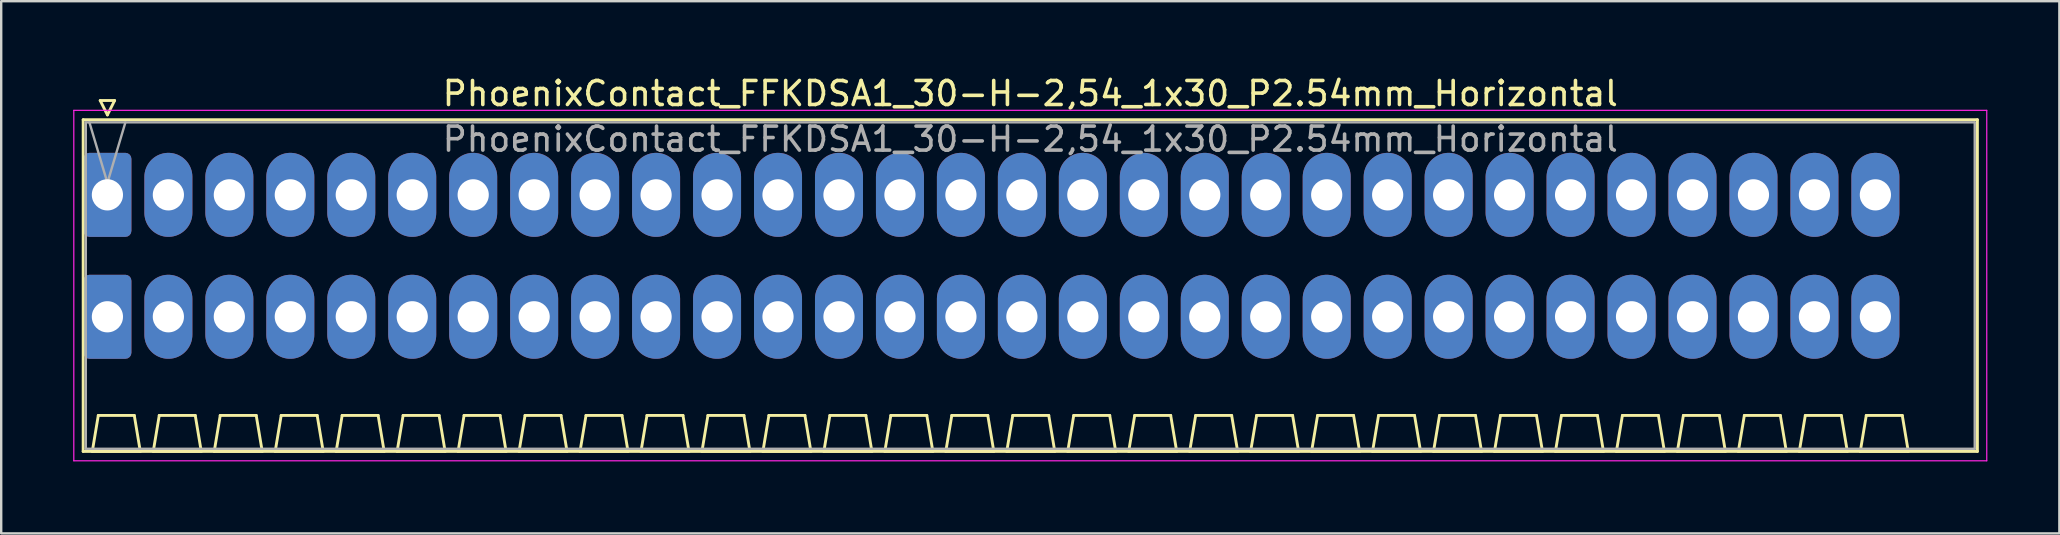
<source format=kicad_pcb>
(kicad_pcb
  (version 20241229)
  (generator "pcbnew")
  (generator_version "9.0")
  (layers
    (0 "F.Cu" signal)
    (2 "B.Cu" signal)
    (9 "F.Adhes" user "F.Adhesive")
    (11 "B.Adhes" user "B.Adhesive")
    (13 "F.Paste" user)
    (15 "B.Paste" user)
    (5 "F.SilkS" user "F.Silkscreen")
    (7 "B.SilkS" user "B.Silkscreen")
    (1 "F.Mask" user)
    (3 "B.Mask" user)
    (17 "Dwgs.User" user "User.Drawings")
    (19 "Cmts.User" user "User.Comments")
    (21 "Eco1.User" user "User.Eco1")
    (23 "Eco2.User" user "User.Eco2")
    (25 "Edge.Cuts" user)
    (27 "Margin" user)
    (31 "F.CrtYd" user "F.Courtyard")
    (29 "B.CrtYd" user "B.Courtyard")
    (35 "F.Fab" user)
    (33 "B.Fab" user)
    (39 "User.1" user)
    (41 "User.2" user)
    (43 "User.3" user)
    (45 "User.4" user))
  (footprint "PhoenixContact_FFKDSA1_30-H-2,54_1x30_P2.54mm_Horizontal"
    (layer "F.Cu")
    (at 1.425 5.068)
    (property "Reference" "PhoenixContact_FFKDSA1_30-H-2,54_1x30_P2.54mm_Horizontal" (at 38.45 -4.22 0) (layer "F.SilkS") (effects (font (size 1 1) (thickness 0.15))))
    (attr through_hole)
    (fp_line (start -1.01 -3.13) (end -1.01 10.69) (stroke (width 0.12) (type solid)) (layer "F.SilkS"))
    (fp_line (start -1.01 10.69) (end 77.91 10.69) (stroke (width 0.12) (type solid)) (layer "F.SilkS"))
    (fp_line (start -0.63 10.69) (end 1.37 10.69) (stroke (width 0.12) (type solid)) (layer "F.SilkS"))
    (fp_line (start -0.38 9.19) (end -0.63 10.69) (stroke (width 0.12) (type solid)) (layer "F.SilkS"))
    (fp_line (start -0.3 -3.93) (end 0.3 -3.93) (stroke (width 0.12) (type solid)) (layer "F.SilkS"))
    (fp_line (start 0 -3.33) (end -0.3 -3.93) (stroke (width 0.12) (type solid)) (layer "F.SilkS"))
    (fp_line (start 0.3 -3.93) (end 0 -3.33) (stroke (width 0.12) (type solid)) (layer "F.SilkS"))
    (fp_line (start 1.12 9.19) (end -0.38 9.19) (stroke (width 0.12) (type solid)) (layer "F.SilkS"))
    (fp_line (start 1.37 10.69) (end 1.12 9.19) (stroke (width 0.12) (type solid)) (layer "F.SilkS"))
    (fp_line (start 1.91 10.69) (end 3.91 10.69) (stroke (width 0.12) (type solid)) (layer "F.SilkS"))
    (fp_line (start 2.16 9.19) (end 1.91 10.69) (stroke (width 0.12) (type solid)) (layer "F.SilkS"))
    (fp_line (start 3.66 9.19) (end 2.16 9.19) (stroke (width 0.12) (type solid)) (layer "F.SilkS"))
    (fp_line (start 3.91 10.69) (end 3.66 9.19) (stroke (width 0.12) (type solid)) (layer "F.SilkS"))
    (fp_line (start 4.45 10.69) (end 6.45 10.69) (stroke (width 0.12) (type solid)) (layer "F.SilkS"))
    (fp_line (start 4.7 9.19) (end 4.45 10.69) (stroke (width 0.12) (type solid)) (layer "F.SilkS"))
    (fp_line (start 6.2 9.19) (end 4.7 9.19) (stroke (width 0.12) (type solid)) (layer "F.SilkS"))
    (fp_line (start 6.45 10.69) (end 6.2 9.19) (stroke (width 0.12) (type solid)) (layer "F.SilkS"))
    (fp_line (start 6.99 10.69) (end 8.99 10.69) (stroke (width 0.12) (type solid)) (layer "F.SilkS"))
    (fp_line (start 7.24 9.19) (end 6.99 10.69) (stroke (width 0.12) (type solid)) (layer "F.SilkS"))
    (fp_line (start 8.74 9.19) (end 7.24 9.19) (stroke (width 0.12) (type solid)) (layer "F.SilkS"))
    (fp_line (start 8.99 10.69) (end 8.74 9.19) (stroke (width 0.12) (type solid)) (layer "F.SilkS"))
    (fp_line (start 9.53 10.69) (end 11.53 10.69) (stroke (width 0.12) (type solid)) (layer "F.SilkS"))
    (fp_line (start 9.78 9.19) (end 9.53 10.69) (stroke (width 0.12) (type solid)) (layer "F.SilkS"))
    (fp_line (start 11.28 9.19) (end 9.78 9.19) (stroke (width 0.12) (type solid)) (layer "F.SilkS"))
    (fp_line (start 11.53 10.69) (end 11.28 9.19) (stroke (width 0.12) (type solid)) (layer "F.SilkS"))
    (fp_line (start 12.07 10.69) (end 14.07 10.69) (stroke (width 0.12) (type solid)) (layer "F.SilkS"))
    (fp_line (start 12.32 9.19) (end 12.07 10.69) (stroke (width 0.12) (type solid)) (layer "F.SilkS"))
    (fp_line (start 13.82 9.19) (end 12.32 9.19) (stroke (width 0.12) (type solid)) (layer "F.SilkS"))
    (fp_line (start 14.07 10.69) (end 13.82 9.19) (stroke (width 0.12) (type solid)) (layer "F.SilkS"))
    (fp_line (start 14.61 10.69) (end 16.61 10.69) (stroke (width 0.12) (type solid)) (layer "F.SilkS"))
    (fp_line (start 14.86 9.19) (end 14.61 10.69) (stroke (width 0.12) (type solid)) (layer "F.SilkS"))
    (fp_line (start 16.36 9.19) (end 14.86 9.19) (stroke (width 0.12) (type solid)) (layer "F.SilkS"))
    (fp_line (start 16.61 10.69) (end 16.36 9.19) (stroke (width 0.12) (type solid)) (layer "F.SilkS"))
    (fp_line (start 17.15 10.69) (end 19.15 10.69) (stroke (width 0.12) (type solid)) (layer "F.SilkS"))
    (fp_line (start 17.4 9.19) (end 17.15 10.69) (stroke (width 0.12) (type solid)) (layer "F.SilkS"))
    (fp_line (start 18.9 9.19) (end 17.4 9.19) (stroke (width 0.12) (type solid)) (layer "F.SilkS"))
    (fp_line (start 19.15 10.69) (end 18.9 9.19) (stroke (width 0.12) (type solid)) (layer "F.SilkS"))
    (fp_line (start 19.69 10.69) (end 21.69 10.69) (stroke (width 0.12) (type solid)) (layer "F.SilkS"))
    (fp_line (start 19.94 9.19) (end 19.69 10.69) (stroke (width 0.12) (type solid)) (layer "F.SilkS"))
    (fp_line (start 21.44 9.19) (end 19.94 9.19) (stroke (width 0.12) (type solid)) (layer "F.SilkS"))
    (fp_line (start 21.69 10.69) (end 21.44 9.19) (stroke (width 0.12) (type solid)) (layer "F.SilkS"))
    (fp_line (start 22.23 10.69) (end 24.23 10.69) (stroke (width 0.12) (type solid)) (layer "F.SilkS"))
    (fp_line (start 22.48 9.19) (end 22.23 10.69) (stroke (width 0.12) (type solid)) (layer "F.SilkS"))
    (fp_line (start 23.98 9.19) (end 22.48 9.19) (stroke (width 0.12) (type solid)) (layer "F.SilkS"))
    (fp_line (start 24.23 10.69) (end 23.98 9.19) (stroke (width 0.12) (type solid)) (layer "F.SilkS"))
    (fp_line (start 24.77 10.69) (end 26.77 10.69) (stroke (width 0.12) (type solid)) (layer "F.SilkS"))
    (fp_line (start 25.02 9.19) (end 24.77 10.69) (stroke (width 0.12) (type solid)) (layer "F.SilkS"))
    (fp_line (start 26.52 9.19) (end 25.02 9.19) (stroke (width 0.12) (type solid)) (layer "F.SilkS"))
    (fp_line (start 26.77 10.69) (end 26.52 9.19) (stroke (width 0.12) (type solid)) (layer "F.SilkS"))
    (fp_line (start 27.31 10.69) (end 29.31 10.69) (stroke (width 0.12) (type solid)) (layer "F.SilkS"))
    (fp_line (start 27.56 9.19) (end 27.31 10.69) (stroke (width 0.12) (type solid)) (layer "F.SilkS"))
    (fp_line (start 29.06 9.19) (end 27.56 9.19) (stroke (width 0.12) (type solid)) (layer "F.SilkS"))
    (fp_line (start 29.31 10.69) (end 29.06 9.19) (stroke (width 0.12) (type solid)) (layer "F.SilkS"))
    (fp_line (start 29.85 10.69) (end 31.85 10.69) (stroke (width 0.12) (type solid)) (layer "F.SilkS"))
    (fp_line (start 30.1 9.19) (end 29.85 10.69) (stroke (width 0.12) (type solid)) (layer "F.SilkS"))
    (fp_line (start 31.6 9.19) (end 30.1 9.19) (stroke (width 0.12) (type solid)) (layer "F.SilkS"))
    (fp_line (start 31.85 10.69) (end 31.6 9.19) (stroke (width 0.12) (type solid)) (layer "F.SilkS"))
    (fp_line (start 32.39 10.69) (end 34.39 10.69) (stroke (width 0.12) (type solid)) (layer "F.SilkS"))
    (fp_line (start 32.64 9.19) (end 32.39 10.69) (stroke (width 0.12) (type solid)) (layer "F.SilkS"))
    (fp_line (start 34.14 9.19) (end 32.64 9.19) (stroke (width 0.12) (type solid)) (layer "F.SilkS"))
    (fp_line (start 34.39 10.69) (end 34.14 9.19) (stroke (width 0.12) (type solid)) (layer "F.SilkS"))
    (fp_line (start 34.93 10.69) (end 36.93 10.69) (stroke (width 0.12) (type solid)) (layer "F.SilkS"))
    (fp_line (start 35.18 9.19) (end 34.93 10.69) (stroke (width 0.12) (type solid)) (layer "F.SilkS"))
    (fp_line (start 36.68 9.19) (end 35.18 9.19) (stroke (width 0.12) (type solid)) (layer "F.SilkS"))
    (fp_line (start 36.93 10.69) (end 36.68 9.19) (stroke (width 0.12) (type solid)) (layer "F.SilkS"))
    (fp_line (start 37.47 10.69) (end 39.47 10.69) (stroke (width 0.12) (type solid)) (layer "F.SilkS"))
    (fp_line (start 37.72 9.19) (end 37.47 10.69) (stroke (width 0.12) (type solid)) (layer "F.SilkS"))
    (fp_line (start 39.22 9.19) (end 37.72 9.19) (stroke (width 0.12) (type solid)) (layer "F.SilkS"))
    (fp_line (start 39.47 10.69) (end 39.22 9.19) (stroke (width 0.12) (type solid)) (layer "F.SilkS"))
    (fp_line (start 40.01 10.69) (end 42.01 10.69) (stroke (width 0.12) (type solid)) (layer "F.SilkS"))
    (fp_line (start 40.26 9.19) (end 40.01 10.69) (stroke (width 0.12) (type solid)) (layer "F.SilkS"))
    (fp_line (start 41.76 9.19) (end 40.26 9.19) (stroke (width 0.12) (type solid)) (layer "F.SilkS"))
    (fp_line (start 42.01 10.69) (end 41.76 9.19) (stroke (width 0.12) (type solid)) (layer "F.SilkS"))
    (fp_line (start 42.55 10.69) (end 44.55 10.69) (stroke (width 0.12) (type solid)) (layer "F.SilkS"))
    (fp_line (start 42.8 9.19) (end 42.55 10.69) (stroke (width 0.12) (type solid)) (layer "F.SilkS"))
    (fp_line (start 44.3 9.19) (end 42.8 9.19) (stroke (width 0.12) (type solid)) (layer "F.SilkS"))
    (fp_line (start 44.55 10.69) (end 44.3 9.19) (stroke (width 0.12) (type solid)) (layer "F.SilkS"))
    (fp_line (start 45.09 10.69) (end 47.09 10.69) (stroke (width 0.12) (type solid)) (layer "F.SilkS"))
    (fp_line (start 45.34 9.19) (end 45.09 10.69) (stroke (width 0.12) (type solid)) (layer "F.SilkS"))
    (fp_line (start 46.84 9.19) (end 45.34 9.19) (stroke (width 0.12) (type solid)) (layer "F.SilkS"))
    (fp_line (start 47.09 10.69) (end 46.84 9.19) (stroke (width 0.12) (type solid)) (layer "F.SilkS"))
    (fp_line (start 47.63 10.69) (end 49.63 10.69) (stroke (width 0.12) (type solid)) (layer "F.SilkS"))
    (fp_line (start 47.88 9.19) (end 47.63 10.69) (stroke (width 0.12) (type solid)) (layer "F.SilkS"))
    (fp_line (start 49.38 9.19) (end 47.88 9.19) (stroke (width 0.12) (type solid)) (layer "F.SilkS"))
    (fp_line (start 49.63 10.69) (end 49.38 9.19) (stroke (width 0.12) (type solid)) (layer "F.SilkS"))
    (fp_line (start 50.17 10.69) (end 52.17 10.69) (stroke (width 0.12) (type solid)) (layer "F.SilkS"))
    (fp_line (start 50.42 9.19) (end 50.17 10.69) (stroke (width 0.12) (type solid)) (layer "F.SilkS"))
    (fp_line (start 51.92 9.19) (end 50.42 9.19) (stroke (width 0.12) (type solid)) (layer "F.SilkS"))
    (fp_line (start 52.17 10.69) (end 51.92 9.19) (stroke (width 0.12) (type solid)) (layer "F.SilkS"))
    (fp_line (start 52.71 10.69) (end 54.71 10.69) (stroke (width 0.12) (type solid)) (layer "F.SilkS"))
    (fp_line (start 52.96 9.19) (end 52.71 10.69) (stroke (width 0.12) (type solid)) (layer "F.SilkS"))
    (fp_line (start 54.46 9.19) (end 52.96 9.19) (stroke (width 0.12) (type solid)) (layer "F.SilkS"))
    (fp_line (start 54.71 10.69) (end 54.46 9.19) (stroke (width 0.12) (type solid)) (layer "F.SilkS"))
    (fp_line (start 55.25 10.69) (end 57.25 10.69) (stroke (width 0.12) (type solid)) (layer "F.SilkS"))
    (fp_line (start 55.5 9.19) (end 55.25 10.69) (stroke (width 0.12) (type solid)) (layer "F.SilkS"))
    (fp_line (start 57 9.19) (end 55.5 9.19) (stroke (width 0.12) (type solid)) (layer "F.SilkS"))
    (fp_line (start 57.25 10.69) (end 57 9.19) (stroke (width 0.12) (type solid)) (layer "F.SilkS"))
    (fp_line (start 57.79 10.69) (end 59.79 10.69) (stroke (width 0.12) (type solid)) (layer "F.SilkS"))
    (fp_line (start 58.04 9.19) (end 57.79 10.69) (stroke (width 0.12) (type solid)) (layer "F.SilkS"))
    (fp_line (start 59.54 9.19) (end 58.04 9.19) (stroke (width 0.12) (type solid)) (layer "F.SilkS"))
    (fp_line (start 59.79 10.69) (end 59.54 9.19) (stroke (width 0.12) (type solid)) (layer "F.SilkS"))
    (fp_line (start 60.33 10.69) (end 62.33 10.69) (stroke (width 0.12) (type solid)) (layer "F.SilkS"))
    (fp_line (start 60.58 9.19) (end 60.33 10.69) (stroke (width 0.12) (type solid)) (layer "F.SilkS"))
    (fp_line (start 62.08 9.19) (end 60.58 9.19) (stroke (width 0.12) (type solid)) (layer "F.SilkS"))
    (fp_line (start 62.33 10.69) (end 62.08 9.19) (stroke (width 0.12) (type solid)) (layer "F.SilkS"))
    (fp_line (start 62.87 10.69) (end 64.87 10.69) (stroke (width 0.12) (type solid)) (layer "F.SilkS"))
    (fp_line (start 63.12 9.19) (end 62.87 10.69) (stroke (width 0.12) (type solid)) (layer "F.SilkS"))
    (fp_line (start 64.62 9.19) (end 63.12 9.19) (stroke (width 0.12) (type solid)) (layer "F.SilkS"))
    (fp_line (start 64.87 10.69) (end 64.62 9.19) (stroke (width 0.12) (type solid)) (layer "F.SilkS"))
    (fp_line (start 65.41 10.69) (end 67.41 10.69) (stroke (width 0.12) (type solid)) (layer "F.SilkS"))
    (fp_line (start 65.66 9.19) (end 65.41 10.69) (stroke (width 0.12) (type solid)) (layer "F.SilkS"))
    (fp_line (start 67.16 9.19) (end 65.66 9.19) (stroke (width 0.12) (type solid)) (layer "F.SilkS"))
    (fp_line (start 67.41 10.69) (end 67.16 9.19) (stroke (width 0.12) (type solid)) (layer "F.SilkS"))
    (fp_line (start 67.95 10.69) (end 69.95 10.69) (stroke (width 0.12) (type solid)) (layer "F.SilkS"))
    (fp_line (start 68.2 9.19) (end 67.95 10.69) (stroke (width 0.12) (type solid)) (layer "F.SilkS"))
    (fp_line (start 69.7 9.19) (end 68.2 9.19) (stroke (width 0.12) (type solid)) (layer "F.SilkS"))
    (fp_line (start 69.95 10.69) (end 69.7 9.19) (stroke (width 0.12) (type solid)) (layer "F.SilkS"))
    (fp_line (start 70.49 10.69) (end 72.49 10.69) (stroke (width 0.12) (type solid)) (layer "F.SilkS"))
    (fp_line (start 70.74 9.19) (end 70.49 10.69) (stroke (width 0.12) (type solid)) (layer "F.SilkS"))
    (fp_line (start 72.24 9.19) (end 70.74 9.19) (stroke (width 0.12) (type solid)) (layer "F.SilkS"))
    (fp_line (start 72.49 10.69) (end 72.24 9.19) (stroke (width 0.12) (type solid)) (layer "F.SilkS"))
    (fp_line (start 73.03 10.69) (end 75.03 10.69) (stroke (width 0.12) (type solid)) (layer "F.SilkS"))
    (fp_line (start 73.28 9.19) (end 73.03 10.69) (stroke (width 0.12) (type solid)) (layer "F.SilkS"))
    (fp_line (start 74.78 9.19) (end 73.28 9.19) (stroke (width 0.12) (type solid)) (layer "F.SilkS"))
    (fp_line (start 75.03 10.69) (end 74.78 9.19) (stroke (width 0.12) (type solid)) (layer "F.SilkS"))
    (fp_line (start 77.91 -3.13) (end -1.01 -3.13) (stroke (width 0.12) (type solid)) (layer "F.SilkS"))
    (fp_line (start 77.91 10.69) (end 77.91 -3.13) (stroke (width 0.12) (type solid)) (layer "F.SilkS"))
    (fp_line (start -1.4 -3.52) (end -1.4 11.08) (stroke (width 0.05) (type solid)) (layer "F.CrtYd"))
    (fp_line (start -1.4 11.08) (end 78.3 11.08) (stroke (width 0.05) (type solid)) (layer "F.CrtYd"))
    (fp_line (start 78.3 -3.52) (end -1.4 -3.52) (stroke (width 0.05) (type solid)) (layer "F.CrtYd"))
    (fp_line (start 78.3 11.08) (end 78.3 -3.52) (stroke (width 0.05) (type solid)) (layer "F.CrtYd"))
    (fp_line (start -0.9 -3.02) (end -0.9 10.58) (stroke (width 0.1) (type solid)) (layer "F.Fab"))
    (fp_line (start -0.9 10.58) (end 77.8 10.58) (stroke (width 0.1) (type solid)) (layer "F.Fab"))
    (fp_line (start 0 -0.5) (end -0.75 -3.02) (stroke (width 0.1) (type solid)) (layer "F.Fab"))
    (fp_line (start 0.75 -3.02) (end 0 -0.5) (stroke (width 0.1) (type solid)) (layer "F.Fab"))
    (fp_line (start 77.8 -3.02) (end -0.9 -3.02) (stroke (width 0.1) (type solid)) (layer "F.Fab"))
    (fp_line (start 77.8 10.58) (end 77.8 -3.02) (stroke (width 0.1) (type solid)) (layer "F.Fab"))
    (fp_text user "${REFERENCE}" (at 38.45 -2.32 0) (layer "F.Fab") (effects (font (size 1 1) (thickness 0.15))))
    (pad "1" thru_hole roundrect (at 0 0) (size 2 3.5) (drill 1.3) (layers "*.Cu" "*.Mask") (roundrect_rratio 0.125))
    (pad "1" thru_hole roundrect (at 0 5.08) (size 2 3.5) (drill 1.3) (layers "*.Cu" "*.Mask") (roundrect_rratio 0.125))
    (pad "2" thru_hole oval (at 2.54 0) (size 2 3.5) (drill 1.3) (layers "*.Cu" "*.Mask"))
    (pad "2" thru_hole oval (at 2.54 5.08) (size 2 3.5) (drill 1.3) (layers "*.Cu" "*.Mask"))
    (pad "3" thru_hole oval (at 5.08 0) (size 2 3.5) (drill 1.3) (layers "*.Cu" "*.Mask"))
    (pad "3" thru_hole oval (at 5.08 5.08) (size 2 3.5) (drill 1.3) (layers "*.Cu" "*.Mask"))
    (pad "4" thru_hole oval (at 7.62 0) (size 2 3.5) (drill 1.3) (layers "*.Cu" "*.Mask"))
    (pad "4" thru_hole oval (at 7.62 5.08) (size 2 3.5) (drill 1.3) (layers "*.Cu" "*.Mask"))
    (pad "5" thru_hole oval (at 10.16 0) (size 2 3.5) (drill 1.3) (layers "*.Cu" "*.Mask"))
    (pad "5" thru_hole oval (at 10.16 5.08) (size 2 3.5) (drill 1.3) (layers "*.Cu" "*.Mask"))
    (pad "6" thru_hole oval (at 12.7 0) (size 2 3.5) (drill 1.3) (layers "*.Cu" "*.Mask"))
    (pad "6" thru_hole oval (at 12.7 5.08) (size 2 3.5) (drill 1.3) (layers "*.Cu" "*.Mask"))
    (pad "7" thru_hole oval (at 15.24 0) (size 2 3.5) (drill 1.3) (layers "*.Cu" "*.Mask"))
    (pad "7" thru_hole oval (at 15.24 5.08) (size 2 3.5) (drill 1.3) (layers "*.Cu" "*.Mask"))
    (pad "8" thru_hole oval (at 17.78 0) (size 2 3.5) (drill 1.3) (layers "*.Cu" "*.Mask"))
    (pad "8" thru_hole oval (at 17.78 5.08) (size 2 3.5) (drill 1.3) (layers "*.Cu" "*.Mask"))
    (pad "9" thru_hole oval (at 20.32 0) (size 2 3.5) (drill 1.3) (layers "*.Cu" "*.Mask"))
    (pad "9" thru_hole oval (at 20.32 5.08) (size 2 3.5) (drill 1.3) (layers "*.Cu" "*.Mask"))
    (pad "10" thru_hole oval (at 22.86 0) (size 2 3.5) (drill 1.3) (layers "*.Cu" "*.Mask"))
    (pad "10" thru_hole oval (at 22.86 5.08) (size 2 3.5) (drill 1.3) (layers "*.Cu" "*.Mask"))
    (pad "11" thru_hole oval (at 25.4 0) (size 2 3.5) (drill 1.3) (layers "*.Cu" "*.Mask"))
    (pad "11" thru_hole oval (at 25.4 5.08) (size 2 3.5) (drill 1.3) (layers "*.Cu" "*.Mask"))
    (pad "12" thru_hole oval (at 27.94 0) (size 2 3.5) (drill 1.3) (layers "*.Cu" "*.Mask"))
    (pad "12" thru_hole oval (at 27.94 5.08) (size 2 3.5) (drill 1.3) (layers "*.Cu" "*.Mask"))
    (pad "13" thru_hole oval (at 30.48 0) (size 2 3.5) (drill 1.3) (layers "*.Cu" "*.Mask"))
    (pad "13" thru_hole oval (at 30.48 5.08) (size 2 3.5) (drill 1.3) (layers "*.Cu" "*.Mask"))
    (pad "14" thru_hole oval (at 33.02 0) (size 2 3.5) (drill 1.3) (layers "*.Cu" "*.Mask"))
    (pad "14" thru_hole oval (at 33.02 5.08) (size 2 3.5) (drill 1.3) (layers "*.Cu" "*.Mask"))
    (pad "15" thru_hole oval (at 35.56 0) (size 2 3.5) (drill 1.3) (layers "*.Cu" "*.Mask"))
    (pad "15" thru_hole oval (at 35.56 5.08) (size 2 3.5) (drill 1.3) (layers "*.Cu" "*.Mask"))
    (pad "16" thru_hole oval (at 38.1 0) (size 2 3.5) (drill 1.3) (layers "*.Cu" "*.Mask"))
    (pad "16" thru_hole oval (at 38.1 5.08) (size 2 3.5) (drill 1.3) (layers "*.Cu" "*.Mask"))
    (pad "17" thru_hole oval (at 40.64 0) (size 2 3.5) (drill 1.3) (layers "*.Cu" "*.Mask"))
    (pad "17" thru_hole oval (at 40.64 5.08) (size 2 3.5) (drill 1.3) (layers "*.Cu" "*.Mask"))
    (pad "18" thru_hole oval (at 43.18 0) (size 2 3.5) (drill 1.3) (layers "*.Cu" "*.Mask"))
    (pad "18" thru_hole oval (at 43.18 5.08) (size 2 3.5) (drill 1.3) (layers "*.Cu" "*.Mask"))
    (pad "19" thru_hole oval (at 45.72 0) (size 2 3.5) (drill 1.3) (layers "*.Cu" "*.Mask"))
    (pad "19" thru_hole oval (at 45.72 5.08) (size 2 3.5) (drill 1.3) (layers "*.Cu" "*.Mask"))
    (pad "20" thru_hole oval (at 48.26 0) (size 2 3.5) (drill 1.3) (layers "*.Cu" "*.Mask"))
    (pad "20" thru_hole oval (at 48.26 5.08) (size 2 3.5) (drill 1.3) (layers "*.Cu" "*.Mask"))
    (pad "21" thru_hole oval (at 50.8 0) (size 2 3.5) (drill 1.3) (layers "*.Cu" "*.Mask"))
    (pad "21" thru_hole oval (at 50.8 5.08) (size 2 3.5) (drill 1.3) (layers "*.Cu" "*.Mask"))
    (pad "22" thru_hole oval (at 53.34 0) (size 2 3.5) (drill 1.3) (layers "*.Cu" "*.Mask"))
    (pad "22" thru_hole oval (at 53.34 5.08) (size 2 3.5) (drill 1.3) (layers "*.Cu" "*.Mask"))
    (pad "23" thru_hole oval (at 55.88 0) (size 2 3.5) (drill 1.3) (layers "*.Cu" "*.Mask"))
    (pad "23" thru_hole oval (at 55.88 5.08) (size 2 3.5) (drill 1.3) (layers "*.Cu" "*.Mask"))
    (pad "24" thru_hole oval (at 58.42 0) (size 2 3.5) (drill 1.3) (layers "*.Cu" "*.Mask"))
    (pad "24" thru_hole oval (at 58.42 5.08) (size 2 3.5) (drill 1.3) (layers "*.Cu" "*.Mask"))
    (pad "25" thru_hole oval (at 60.96 0) (size 2 3.5) (drill 1.3) (layers "*.Cu" "*.Mask"))
    (pad "25" thru_hole oval (at 60.96 5.08) (size 2 3.5) (drill 1.3) (layers "*.Cu" "*.Mask"))
    (pad "26" thru_hole oval (at 63.5 0) (size 2 3.5) (drill 1.3) (layers "*.Cu" "*.Mask"))
    (pad "26" thru_hole oval (at 63.5 5.08) (size 2 3.5) (drill 1.3) (layers "*.Cu" "*.Mask"))
    (pad "27" thru_hole oval (at 66.04 0) (size 2 3.5) (drill 1.3) (layers "*.Cu" "*.Mask"))
    (pad "27" thru_hole oval (at 66.04 5.08) (size 2 3.5) (drill 1.3) (layers "*.Cu" "*.Mask"))
    (pad "28" thru_hole oval (at 68.58 0) (size 2 3.5) (drill 1.3) (layers "*.Cu" "*.Mask"))
    (pad "28" thru_hole oval (at 68.58 5.08) (size 2 3.5) (drill 1.3) (layers "*.Cu" "*.Mask"))
    (pad "29" thru_hole oval (at 71.12 0) (size 2 3.5) (drill 1.3) (layers "*.Cu" "*.Mask"))
    (pad "29" thru_hole oval (at 71.12 5.08) (size 2 3.5) (drill 1.3) (layers "*.Cu" "*.Mask"))
    (pad "30" thru_hole oval (at 73.66 0) (size 2 3.5) (drill 1.3) (layers "*.Cu" "*.Mask"))
    (pad "30" thru_hole oval (at 73.66 5.08) (size 2 3.5) (drill 1.3) (layers "*.Cu" "*.Mask")))
  (gr_rect
    (start -3 -3)
    (end 82.75 19.173)
    (stroke (width 0.1) (type default))
    (fill no)
    (layer "Edge.Cuts")))
</source>
